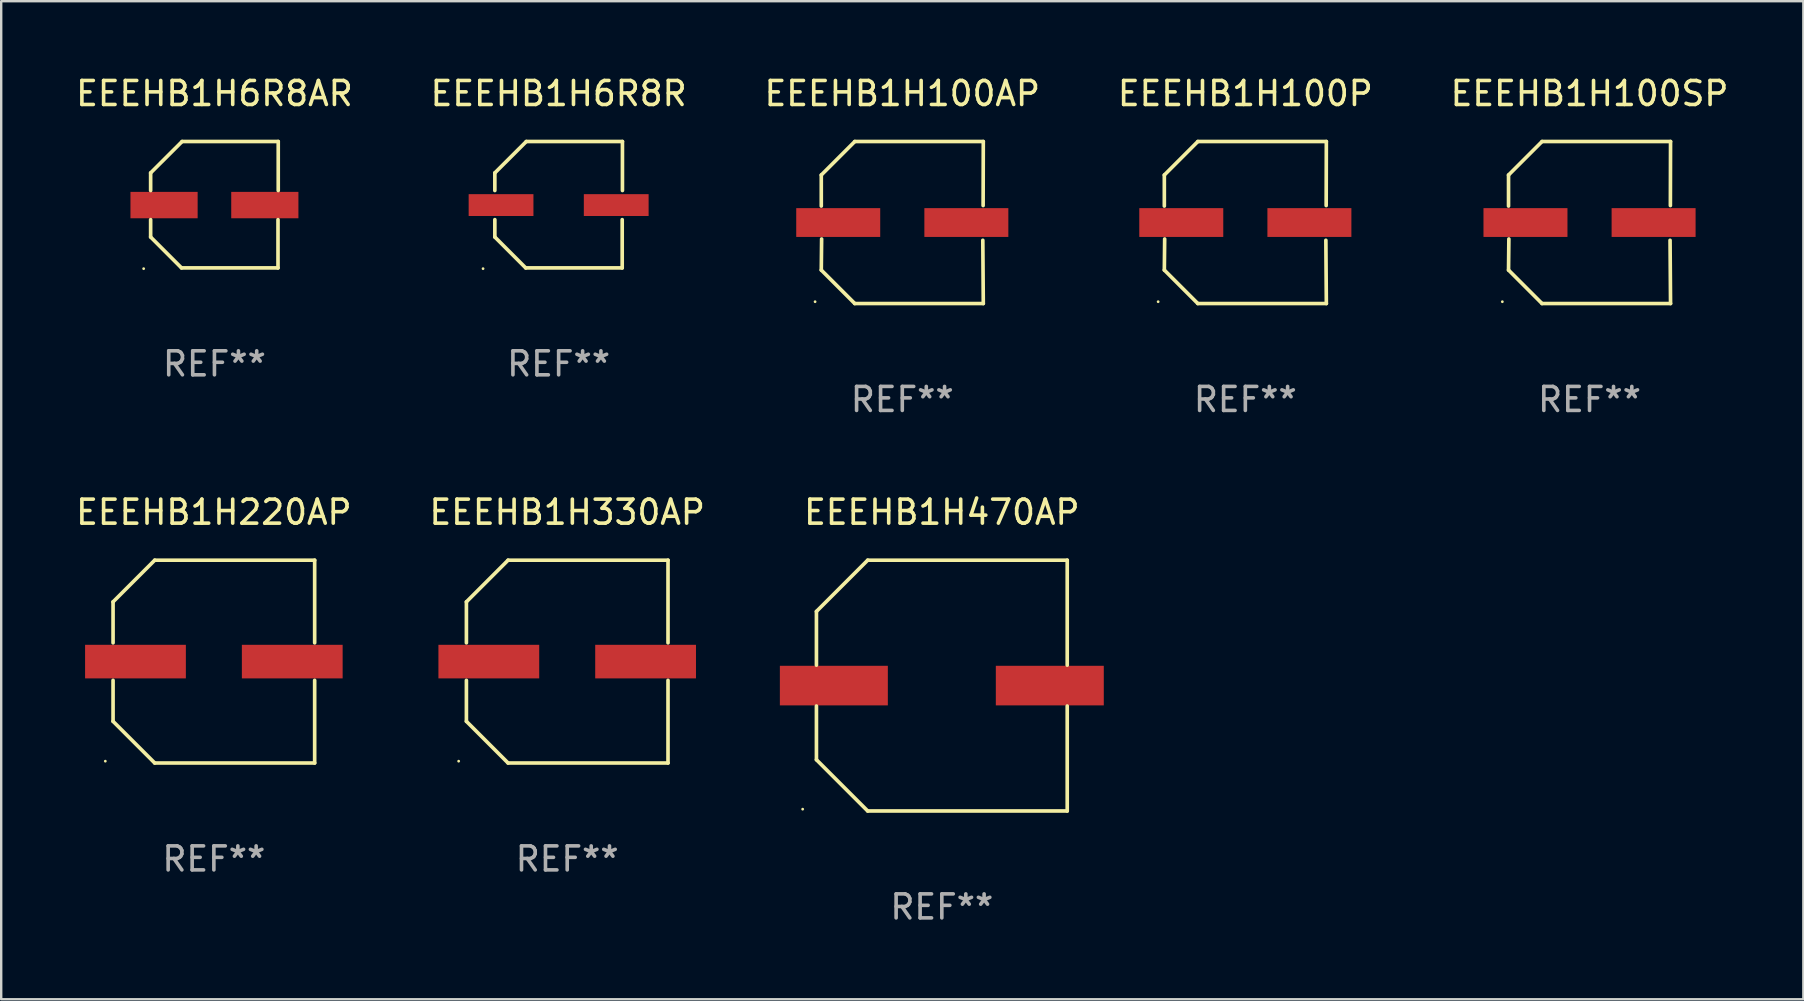
<source format=kicad_pcb>
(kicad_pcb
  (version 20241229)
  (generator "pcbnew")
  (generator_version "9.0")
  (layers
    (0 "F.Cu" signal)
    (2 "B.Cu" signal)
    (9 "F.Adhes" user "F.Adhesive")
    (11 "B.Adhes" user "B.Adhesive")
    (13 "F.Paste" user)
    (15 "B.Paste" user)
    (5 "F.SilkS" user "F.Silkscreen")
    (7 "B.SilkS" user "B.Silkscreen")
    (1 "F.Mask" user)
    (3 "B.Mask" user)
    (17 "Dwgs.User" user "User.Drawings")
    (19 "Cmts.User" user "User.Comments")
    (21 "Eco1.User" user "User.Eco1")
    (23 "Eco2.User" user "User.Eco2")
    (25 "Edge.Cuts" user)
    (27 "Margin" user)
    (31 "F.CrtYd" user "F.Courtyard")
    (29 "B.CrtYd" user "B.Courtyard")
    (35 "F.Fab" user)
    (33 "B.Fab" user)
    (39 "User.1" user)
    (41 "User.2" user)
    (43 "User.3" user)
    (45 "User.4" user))
  (footprint "EEEHB1H100AP"
    (layer "F.Cu")
    (at 34.554 6.224)
    (property "Reference" "EEEHB1H100AP" (at 0 -5.376 0) (layer "F.SilkS") (effects (font (size 1 1) (thickness 0.15))))
    (attr through_hole)
    (fp_line (start -3.376 -1.98) (end -3.376 -0.686) (stroke (width 0.152) (type solid)) (layer "F.SilkS"))
    (fp_line (start -3.376 1.981) (end -3.362 0.686) (stroke (width 0.152) (type solid)) (layer "F.SilkS"))
    (fp_line (start -1.981 3.376) (end -3.376 1.981) (stroke (width 0.152) (type solid)) (layer "F.SilkS"))
    (fp_line (start -1.98 -3.376) (end -3.376 -1.98) (stroke (width 0.152) (type solid)) (layer "F.SilkS"))
    (fp_line (start 3.356 0.74) (end 3.376 3.376) (stroke (width 0.152) (type solid)) (layer "F.SilkS"))
    (fp_line (start 3.369 -0.707) (end 3.376 -3.376) (stroke (width 0.152) (type solid)) (layer "F.SilkS"))
    (fp_line (start 3.376 3.376) (end -1.981 3.376) (stroke (width 0.152) (type solid)) (layer "F.SilkS"))
    (fp_line (start 3.376 -3.376) (end -1.98 -3.376) (stroke (width 0.152) (type solid)) (layer "F.SilkS"))
    (fp_circle (center -3.634 3.3) (end -3.604 3.3) (stroke (width 0.06) (type solid)) (fill no) (layer "F.SilkS"))
    (fp_text user "REF**" (at 0 7.376 0) (layer "F.Fab") (effects (font (size 1 1) (thickness 0.15))))
    (pad "1" smd rect (at -2.67 0.000254) (size 3.5 1.2) (layers "F.Cu" "F.Mask" "F.Paste"))
    (pad "2" smd rect (at 2.67 0.000254) (size 3.5 1.2) (layers "F.Cu" "F.Mask" "F.Paste")))
  (footprint "EEEHB1H330AP"
    (layer "F.Cu")
    (at 20.589 24.523)
    (property "Reference" "EEEHB1H330AP" (at 0 -6.226 0) (layer "F.SilkS") (effects (font (size 1 1) (thickness 0.15))))
    (attr through_hole)
    (fp_line (start -4.201 -2.49) (end -4.201 -0.782) (stroke (width 0.152) (type solid)) (layer "F.SilkS"))
    (fp_line (start -4.201 2.49) (end -4.201 0.782) (stroke (width 0.152) (type solid)) (layer "F.SilkS"))
    (fp_line (start -2.465 -4.226) (end -4.201 -2.49) (stroke (width 0.152) (type solid)) (layer "F.SilkS"))
    (fp_line (start -2.465 4.226) (end -4.201 2.49) (stroke (width 0.152) (type solid)) (layer "F.SilkS"))
    (fp_line (start 4.201 -4.226) (end -2.465 -4.226) (stroke (width 0.152) (type solid)) (layer "F.SilkS"))
    (fp_line (start 4.201 -0.782) (end 4.201 -4.226) (stroke (width 0.152) (type solid)) (layer "F.SilkS"))
    (fp_line (start 4.201 0.782) (end 4.201 4.226) (stroke (width 0.152) (type solid)) (layer "F.SilkS"))
    (fp_line (start 4.201 4.226) (end -2.465 4.226) (stroke (width 0.152) (type solid)) (layer "F.SilkS"))
    (fp_circle (center -4.524 4.15) (end -4.494 4.15) (stroke (width 0.06) (type solid)) (fill no) (layer "F.SilkS"))
    (fp_text user "REF**" (at 0 8.226 0) (layer "F.Fab") (effects (font (size 1 1) (thickness 0.15))))
    (pad "1" smd rect (at -3.267 0) (size 4.2 1.4) (layers "F.Cu" "F.Mask" "F.Paste"))
    (pad "2" smd rect (at 3.267 0) (size 4.2 1.4) (layers "F.Cu" "F.Mask" "F.Paste")))
  (footprint "EEEHB1H6R8AR"
    (layer "F.Cu")
    (at 5.887 5.482)
    (property "Reference" "EEEHB1H6R8AR" (at 0 -4.634 0) (layer "F.SilkS") (effects (font (size 1 1) (thickness 0.15))))
    (attr through_hole)
    (fp_line (start -2.659 -1.326) (end -2.659 -0.592) (stroke (width 0.152) (type solid)) (layer "F.SilkS"))
    (fp_line (start -2.659 1.346) (end -2.659 0.622) (stroke (width 0.152) (type solid)) (layer "F.SilkS"))
    (fp_line (start -1.372 2.634) (end -2.659 1.346) (stroke (width 0.152) (type solid)) (layer "F.SilkS"))
    (fp_line (start -1.349 -2.634) (end -2.659 -1.326) (stroke (width 0.152) (type solid)) (layer "F.SilkS"))
    (fp_line (start 2.649 0.622) (end 2.649 2.634) (stroke (width 0.152) (type solid)) (layer "F.SilkS"))
    (fp_line (start 2.649 2.634) (end -1.372 2.634) (stroke (width 0.152) (type solid)) (layer "F.SilkS"))
    (fp_line (start 2.659 -2.634) (end -1.349 -2.634) (stroke (width 0.152) (type solid)) (layer "F.SilkS"))
    (fp_line (start 2.659 -0.592) (end 2.659 -2.634) (stroke (width 0.152) (type solid)) (layer "F.SilkS"))
    (fp_circle (center -2.95 2.665) (end -2.92 2.665) (stroke (width 0.06) (type solid)) (fill no) (layer "F.SilkS"))
    (fp_text user "REF**" (at 0 6.634 0) (layer "F.Fab") (effects (font (size 1 1) (thickness 0.15))))
    (pad "1" smd rect (at -2.1 0.015) (size 2.8 1.1) (layers "F.Cu" "F.Mask" "F.Paste"))
    (pad "2" smd rect (at 2.1 0.015) (size 2.8 1.1) (layers "F.Cu" "F.Mask" "F.Paste")))
  (footprint "EEEHB1H220AP"
    (layer "F.Cu")
    (at 5.863 24.523)
    (property "Reference" "EEEHB1H220AP" (at 0 -6.226 0) (layer "F.SilkS") (effects (font (size 1 1) (thickness 0.15))))
    (attr through_hole)
    (fp_line (start -4.201 -2.49) (end -4.201 -0.782) (stroke (width 0.152) (type solid)) (layer "F.SilkS"))
    (fp_line (start -4.201 2.49) (end -4.201 0.782) (stroke (width 0.152) (type solid)) (layer "F.SilkS"))
    (fp_line (start -2.465 -4.226) (end -4.201 -2.49) (stroke (width 0.152) (type solid)) (layer "F.SilkS"))
    (fp_line (start -2.465 4.226) (end -4.201 2.49) (stroke (width 0.152) (type solid)) (layer "F.SilkS"))
    (fp_line (start 4.201 -4.226) (end -2.465 -4.226) (stroke (width 0.152) (type solid)) (layer "F.SilkS"))
    (fp_line (start 4.201 -0.782) (end 4.201 -4.226) (stroke (width 0.152) (type solid)) (layer "F.SilkS"))
    (fp_line (start 4.201 0.782) (end 4.201 4.226) (stroke (width 0.152) (type solid)) (layer "F.SilkS"))
    (fp_line (start 4.201 4.226) (end -2.465 4.226) (stroke (width 0.152) (type solid)) (layer "F.SilkS"))
    (fp_circle (center -4.524 4.15) (end -4.494 4.15) (stroke (width 0.06) (type solid)) (fill no) (layer "F.SilkS"))
    (fp_text user "REF**" (at 0 8.226 0) (layer "F.Fab") (effects (font (size 1 1) (thickness 0.15))))
    (pad "1" smd rect (at -3.267 0) (size 4.2 1.4) (layers "F.Cu" "F.Mask" "F.Paste"))
    (pad "2" smd rect (at 3.267 0) (size 4.2 1.4) (layers "F.Cu" "F.Mask" "F.Paste")))
  (footprint "EEEHB1H100SP"
    (layer "F.Cu")
    (at 63.196 6.224)
    (property "Reference" "EEEHB1H100SP" (at 0 -5.376 0) (layer "F.SilkS") (effects (font (size 1 1) (thickness 0.15))))
    (attr through_hole)
    (fp_line (start -3.376 -1.98) (end -3.376 -0.686) (stroke (width 0.152) (type solid)) (layer "F.SilkS"))
    (fp_line (start -3.376 1.981) (end -3.362 0.686) (stroke (width 0.152) (type solid)) (layer "F.SilkS"))
    (fp_line (start -1.981 3.376) (end -3.376 1.981) (stroke (width 0.152) (type solid)) (layer "F.SilkS"))
    (fp_line (start -1.98 -3.376) (end -3.376 -1.98) (stroke (width 0.152) (type solid)) (layer "F.SilkS"))
    (fp_line (start 3.356 0.74) (end 3.376 3.376) (stroke (width 0.152) (type solid)) (layer "F.SilkS"))
    (fp_line (start 3.369 -0.707) (end 3.376 -3.376) (stroke (width 0.152) (type solid)) (layer "F.SilkS"))
    (fp_line (start 3.376 3.376) (end -1.981 3.376) (stroke (width 0.152) (type solid)) (layer "F.SilkS"))
    (fp_line (start 3.376 -3.376) (end -1.98 -3.376) (stroke (width 0.152) (type solid)) (layer "F.SilkS"))
    (fp_circle (center -3.634 3.3) (end -3.604 3.3) (stroke (width 0.06) (type solid)) (fill no) (layer "F.SilkS"))
    (fp_text user "REF**" (at 0 7.376 0) (layer "F.Fab") (effects (font (size 1 1) (thickness 0.15))))
    (pad "1" smd rect (at -2.67 0.000254) (size 3.5 1.2) (layers "F.Cu" "F.Mask" "F.Paste"))
    (pad "2" smd rect (at 2.67 0.000254) (size 3.5 1.2) (layers "F.Cu" "F.Mask" "F.Paste")))
  (footprint "EEEHB1H100P"
    (layer "F.Cu")
    (at 48.851 6.224)
    (property "Reference" "EEEHB1H100P" (at 0 -5.376 0) (layer "F.SilkS") (effects (font (size 1 1) (thickness 0.15))))
    (attr through_hole)
    (fp_line (start -3.376 -1.98) (end -3.376 -0.686) (stroke (width 0.152) (type solid)) (layer "F.SilkS"))
    (fp_line (start -3.376 1.981) (end -3.362 0.686) (stroke (width 0.152) (type solid)) (layer "F.SilkS"))
    (fp_line (start -1.981 3.376) (end -3.376 1.981) (stroke (width 0.152) (type solid)) (layer "F.SilkS"))
    (fp_line (start -1.98 -3.376) (end -3.376 -1.98) (stroke (width 0.152) (type solid)) (layer "F.SilkS"))
    (fp_line (start 3.356 0.74) (end 3.376 3.376) (stroke (width 0.152) (type solid)) (layer "F.SilkS"))
    (fp_line (start 3.369 -0.707) (end 3.376 -3.376) (stroke (width 0.152) (type solid)) (layer "F.SilkS"))
    (fp_line (start 3.376 3.376) (end -1.981 3.376) (stroke (width 0.152) (type solid)) (layer "F.SilkS"))
    (fp_line (start 3.376 -3.376) (end -1.98 -3.376) (stroke (width 0.152) (type solid)) (layer "F.SilkS"))
    (fp_circle (center -3.634 3.3) (end -3.604 3.3) (stroke (width 0.06) (type solid)) (fill no) (layer "F.SilkS"))
    (fp_text user "REF**" (at 0 7.376 0) (layer "F.Fab") (effects (font (size 1 1) (thickness 0.15))))
    (pad "1" smd rect (at -2.67 0.000254) (size 3.5 1.2) (layers "F.Cu" "F.Mask" "F.Paste"))
    (pad "2" smd rect (at 2.67 0.000254) (size 3.5 1.2) (layers "F.Cu" "F.Mask" "F.Paste")))
  (footprint "EEEHB1H470AP"
    (layer "F.Cu")
    (at 36.202 25.523)
    (property "Reference" "EEEHB1H470AP" (at 0 -7.226 0) (layer "F.SilkS") (effects (font (size 1 1) (thickness 0.15))))
    (attr through_hole)
    (fp_line (start -5.226 -3.09) (end -5.226 -0.852) (stroke (width 0.152) (type solid)) (layer "F.SilkS"))
    (fp_line (start -5.226 3.09) (end -5.226 0.852) (stroke (width 0.152) (type solid)) (layer "F.SilkS"))
    (fp_line (start -3.09 -5.226) (end -5.226 -3.09) (stroke (width 0.152) (type solid)) (layer "F.SilkS"))
    (fp_line (start -3.09 5.226) (end -5.226 3.09) (stroke (width 0.152) (type solid)) (layer "F.SilkS"))
    (fp_line (start 5.226 -5.226) (end -3.09 -5.226) (stroke (width 0.152) (type solid)) (layer "F.SilkS"))
    (fp_line (start 5.226 -0.852) (end 5.226 -5.226) (stroke (width 0.152) (type solid)) (layer "F.SilkS"))
    (fp_line (start 5.226 0.852) (end 5.226 5.226) (stroke (width 0.152) (type solid)) (layer "F.SilkS"))
    (fp_line (start 5.226 5.226) (end -3.09 5.226) (stroke (width 0.152) (type solid)) (layer "F.SilkS"))
    (fp_circle (center -5.8 5.15) (end -5.77 5.15) (stroke (width 0.06) (type solid)) (fill no) (layer "F.SilkS"))
    (fp_text user "REF**" (at 0 9.226 0) (layer "F.Fab") (effects (font (size 1 1) (thickness 0.15))))
    (pad "1" smd rect (at -4.5 0) (size 4.5 1.65) (layers "F.Cu" "F.Mask" "F.Paste"))
    (pad "2" smd rect (at 4.5 0) (size 4.5 1.65) (layers "F.Cu" "F.Mask" "F.Paste")))
  (footprint "EEEHB1H6R8R"
    (layer "F.Cu")
    (at 20.232 5.482)
    (property "Reference" "EEEHB1H6R8R" (at 0 -4.634 0) (layer "F.SilkS") (effects (font (size 1 1) (thickness 0.15))))
    (attr through_hole)
    (fp_line (start -2.659 -1.326) (end -2.659 -0.592) (stroke (width 0.152) (type solid)) (layer "F.SilkS"))
    (fp_line (start -2.659 1.346) (end -2.659 0.622) (stroke (width 0.152) (type solid)) (layer "F.SilkS"))
    (fp_line (start -1.372 2.634) (end -2.659 1.346) (stroke (width 0.152) (type solid)) (layer "F.SilkS"))
    (fp_line (start -1.349 -2.634) (end -2.659 -1.326) (stroke (width 0.152) (type solid)) (layer "F.SilkS"))
    (fp_line (start 2.649 0.622) (end 2.649 2.634) (stroke (width 0.152) (type solid)) (layer "F.SilkS"))
    (fp_line (start 2.649 2.634) (end -1.372 2.634) (stroke (width 0.152) (type solid)) (layer "F.SilkS"))
    (fp_line (start 2.659 -2.634) (end -1.349 -2.634) (stroke (width 0.152) (type solid)) (layer "F.SilkS"))
    (fp_line (start 2.659 -0.592) (end 2.659 -2.634) (stroke (width 0.152) (type solid)) (layer "F.SilkS"))
    (fp_circle (center -3.15 2.665) (end -3.12 2.665) (stroke (width 0.06) (type solid)) (fill no) (layer "F.SilkS"))
    (fp_text user "REF**" (at 0 6.634 0) (layer "F.Fab") (effects (font (size 1 1) (thickness 0.15))))
    (pad "1" smd rect (at -2.4 0.015) (size 2.7 0.91) (layers "F.Cu" "F.Mask" "F.Paste"))
    (pad "2" smd rect (at 2.4 0.015) (size 2.7 0.91) (layers "F.Cu" "F.Mask" "F.Paste")))
  (gr_rect
    (start -3 -3)
    (end 72.107 38.597)
    (stroke (width 0.1) (type default))
    (fill no)
    (layer "Edge.Cuts")))
</source>
